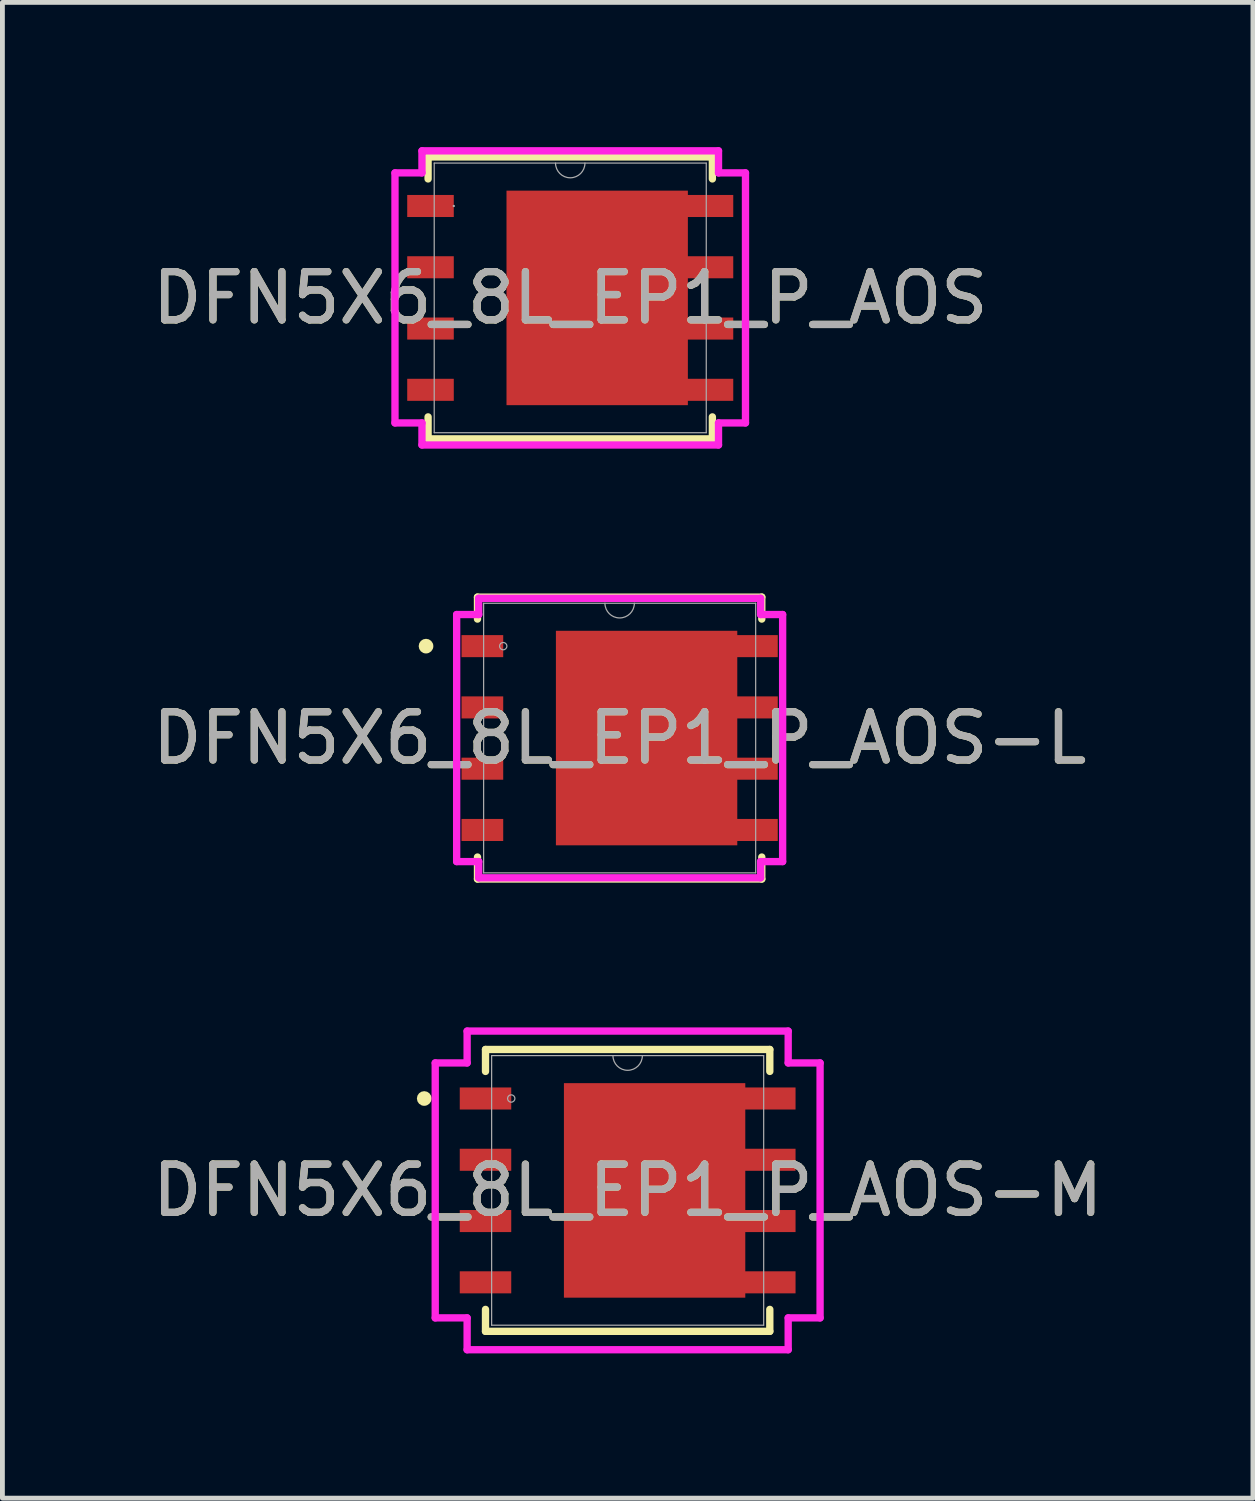
<source format=kicad_pcb>
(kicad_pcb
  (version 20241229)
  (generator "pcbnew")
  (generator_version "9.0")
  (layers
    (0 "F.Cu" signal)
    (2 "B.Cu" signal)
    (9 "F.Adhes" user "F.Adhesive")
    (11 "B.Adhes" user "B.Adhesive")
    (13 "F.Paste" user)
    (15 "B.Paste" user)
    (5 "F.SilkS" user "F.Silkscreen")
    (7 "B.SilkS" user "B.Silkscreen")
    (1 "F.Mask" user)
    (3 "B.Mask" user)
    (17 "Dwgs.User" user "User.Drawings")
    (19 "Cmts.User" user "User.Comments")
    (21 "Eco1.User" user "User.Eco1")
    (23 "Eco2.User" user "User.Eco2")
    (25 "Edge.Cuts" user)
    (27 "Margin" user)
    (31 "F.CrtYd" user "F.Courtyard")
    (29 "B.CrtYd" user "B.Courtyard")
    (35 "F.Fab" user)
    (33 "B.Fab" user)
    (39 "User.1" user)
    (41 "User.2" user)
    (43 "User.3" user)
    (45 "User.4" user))
  (footprint "DFN5X6_8L_EP1_P_AOS-L"
    (layer "F.Cu")
    (at 9.792 12.246)
    (property "Reference" "DFN5X6_8L_EP1_P_AOS-L" (at 0 0 0) (unlocked yes) (layer "F.SilkS") (effects (font (size 1 1) (thickness 0.15))))
    (attr smd)
    (fp_poly (pts (xy 2.438 -2.223) (xy -1.321 -2.223) (xy -1.321 2.223) (xy 2.438 2.223)) (stroke (width 0) (type solid)) (fill yes) (layer "F.Cu"))
    (fp_poly (pts (xy 2.438 -2.223) (xy -1.321 -2.223) (xy -1.321 2.223) (xy 2.438 2.223)) (stroke (width 0) (type solid)) (fill yes) (layer "F.Mask"))
    (fp_line (start -2.946 -2.921) (end -2.946 -2.466) (stroke (width 0.152) (type solid)) (layer "F.SilkS"))
    (fp_line (start -2.946 2.466) (end -2.946 2.921) (stroke (width 0.152) (type solid)) (layer "F.SilkS"))
    (fp_line (start -2.946 2.921) (end 2.946 2.921) (stroke (width 0.152) (type solid)) (layer "F.SilkS"))
    (fp_line (start 2.946 -2.921) (end -2.946 -2.921) (stroke (width 0.152) (type solid)) (layer "F.SilkS"))
    (fp_line (start 2.946 -2.466) (end 2.946 -2.921) (stroke (width 0.152) (type solid)) (layer "F.SilkS"))
    (fp_line (start 2.946 2.921) (end 2.946 2.466) (stroke (width 0.152) (type solid)) (layer "F.SilkS"))
    (fp_circle (center -4.013 -1.905) (end -3.937 -1.905) (stroke (width 0.152) (type solid)) (fill no) (layer "F.SilkS"))
    (fp_poly (pts (xy 2.438 -2.223) (xy -1.321 -2.223) (xy -1.321 2.223) (xy 2.438 2.223)) (stroke (width 0) (type solid)) (fill yes) (layer "F.Paste"))
    (fp_line (start -3.378 -2.56) (end -2.921 -2.56) (stroke (width 0.152) (type solid)) (layer "F.CrtYd"))
    (fp_line (start -3.378 2.56) (end -3.378 -2.56) (stroke (width 0.152) (type solid)) (layer "F.CrtYd"))
    (fp_line (start -3.378 2.56) (end -2.921 2.56) (stroke (width 0.152) (type solid)) (layer "F.CrtYd"))
    (fp_line (start -2.921 -2.896) (end 2.921 -2.896) (stroke (width 0.152) (type solid)) (layer "F.CrtYd"))
    (fp_line (start -2.921 -2.56) (end -2.921 -2.896) (stroke (width 0.152) (type solid)) (layer "F.CrtYd"))
    (fp_line (start -2.921 2.896) (end -2.921 2.56) (stroke (width 0.152) (type solid)) (layer "F.CrtYd"))
    (fp_line (start 2.921 -2.896) (end 2.921 -2.56) (stroke (width 0.152) (type solid)) (layer "F.CrtYd"))
    (fp_line (start 2.921 2.56) (end 2.921 2.896) (stroke (width 0.152) (type solid)) (layer "F.CrtYd"))
    (fp_line (start 2.921 2.896) (end -2.921 2.896) (stroke (width 0.152) (type solid)) (layer "F.CrtYd"))
    (fp_line (start 3.378 -2.56) (end 2.921 -2.56) (stroke (width 0.152) (type solid)) (layer "F.CrtYd"))
    (fp_line (start 3.378 -2.56) (end 3.378 2.56) (stroke (width 0.152) (type solid)) (layer "F.CrtYd"))
    (fp_line (start 3.378 2.56) (end 2.921 2.56) (stroke (width 0.152) (type solid)) (layer "F.CrtYd"))
    (fp_line (start -2.819 -2.794) (end -2.819 2.794) (stroke (width 0.025) (type solid)) (layer "F.Fab"))
    (fp_line (start -2.819 2.794) (end 2.819 2.794) (stroke (width 0.025) (type solid)) (layer "F.Fab"))
    (fp_line (start 2.819 -2.794) (end -2.819 -2.794) (stroke (width 0.025) (type solid)) (layer "F.Fab"))
    (fp_line (start 2.819 2.794) (end 2.819 -2.794) (stroke (width 0.025) (type solid)) (layer "F.Fab"))
    (fp_arc (start 0.3048 -2.794) (mid 0 -2.4892) (end -0.3048 -2.794) (stroke (width 0.0254) (type solid)) (layer "F.Fab"))
    (fp_circle (center -2.413 -1.905) (end -2.337 -1.905) (stroke (width 0.025) (type solid)) (fill no) (layer "F.Fab"))
    (fp_text user "${REFERENCE}" (at 0 0 0) (unlocked yes) (layer "F.Fab") (effects (font (size 1 1) (thickness 0.15))))
    (pad "1" smd rect (at -2.845 -1.905) (size 0.864 0.457) (layers "F.Cu" "F.Mask" "F.Paste"))
    (pad "2" smd rect (at -2.845 -0.635) (size 0.864 0.457) (layers "F.Cu" "F.Mask" "F.Paste"))
    (pad "3" smd rect (at -2.845 0.635) (size 0.864 0.457) (layers "F.Cu" "F.Mask" "F.Paste"))
    (pad "4" smd rect (at -2.845 1.905) (size 0.864 0.457) (layers "F.Cu" "F.Mask" "F.Paste"))
    (pad "5" smd rect (at 2.845 1.905) (size 0.864 0.457) (layers "F.Cu" "F.Mask" "F.Paste"))
    (pad "6" smd rect (at 2.845 0.635) (size 0.864 0.457) (layers "F.Cu" "F.Mask" "F.Paste"))
    (pad "7" smd rect (at 2.845 -0.635) (size 0.864 0.457) (layers "F.Cu" "F.Mask" "F.Paste"))
    (pad "8" smd rect (at 2.845 -1.905) (size 0.864 0.457) (layers "F.Cu" "F.Mask" "F.Paste")))
  (footprint "DFN5X6_8L_EP1_P_AOS"
    (layer "F.Cu")
    (at 8.768 3.124)
    (property "Reference" "DFN5X6_8L_EP1_P_AOS" (at 0 0 0) (unlocked yes) (layer "F.SilkS") (effects (font (size 1 1) (thickness 0.15))))
    (attr smd)
    (fp_poly (pts (xy 2.438 -2.223) (xy -1.321 -2.223) (xy -1.321 2.223) (xy 2.438 2.223)) (stroke (width 0) (type solid)) (fill yes) (layer "F.Cu"))
    (fp_poly (pts (xy 2.438 -2.223) (xy -1.321 -2.223) (xy -1.321 2.223) (xy 2.438 2.223)) (stroke (width 0) (type solid)) (fill yes) (layer "F.Mask"))
    (fp_line (start -2.946 -2.921) (end -2.946 -2.466) (stroke (width 0.152) (type solid)) (layer "F.SilkS"))
    (fp_line (start -2.946 2.466) (end -2.946 2.921) (stroke (width 0.152) (type solid)) (layer "F.SilkS"))
    (fp_line (start -2.946 2.921) (end 2.946 2.921) (stroke (width 0.152) (type solid)) (layer "F.SilkS"))
    (fp_line (start 2.946 -2.921) (end -2.946 -2.921) (stroke (width 0.152) (type solid)) (layer "F.SilkS"))
    (fp_line (start 2.946 -2.466) (end 2.946 -2.921) (stroke (width 0.152) (type solid)) (layer "F.SilkS"))
    (fp_line (start 2.946 2.921) (end 2.946 2.466) (stroke (width 0.152) (type solid)) (layer "F.SilkS"))
    (fp_poly (pts (xy 2.438 -2.223) (xy -1.321 -2.223) (xy -1.321 2.223) (xy 2.438 2.223)) (stroke (width 0) (type solid)) (fill yes) (layer "F.Paste"))
    (fp_line (start -3.632 -2.591) (end -3.073 -2.591) (stroke (width 0.152) (type solid)) (layer "F.CrtYd"))
    (fp_line (start -3.632 2.591) (end -3.632 -2.591) (stroke (width 0.152) (type solid)) (layer "F.CrtYd"))
    (fp_line (start -3.632 2.591) (end -3.073 2.591) (stroke (width 0.152) (type solid)) (layer "F.CrtYd"))
    (fp_line (start -3.073 -3.048) (end 3.073 -3.048) (stroke (width 0.152) (type solid)) (layer "F.CrtYd"))
    (fp_line (start -3.073 -2.591) (end -3.073 -3.048) (stroke (width 0.152) (type solid)) (layer "F.CrtYd"))
    (fp_line (start -3.073 3.048) (end -3.073 2.591) (stroke (width 0.152) (type solid)) (layer "F.CrtYd"))
    (fp_line (start 3.073 -3.048) (end 3.073 -2.591) (stroke (width 0.152) (type solid)) (layer "F.CrtYd"))
    (fp_line (start 3.073 2.591) (end 3.073 3.048) (stroke (width 0.152) (type solid)) (layer "F.CrtYd"))
    (fp_line (start 3.073 3.048) (end -3.073 3.048) (stroke (width 0.152) (type solid)) (layer "F.CrtYd"))
    (fp_line (start 3.632 -2.591) (end 3.073 -2.591) (stroke (width 0.152) (type solid)) (layer "F.CrtYd"))
    (fp_line (start 3.632 -2.591) (end 3.632 2.591) (stroke (width 0.152) (type solid)) (layer "F.CrtYd"))
    (fp_line (start 3.632 2.591) (end 3.073 2.591) (stroke (width 0.152) (type solid)) (layer "F.CrtYd"))
    (fp_line (start -2.819 -2.794) (end -2.819 2.794) (stroke (width 0.025) (type solid)) (layer "F.Fab"))
    (fp_line (start -2.819 2.794) (end 2.819 2.794) (stroke (width 0.025) (type solid)) (layer "F.Fab"))
    (fp_line (start 2.819 -2.794) (end -2.819 -2.794) (stroke (width 0.025) (type solid)) (layer "F.Fab"))
    (fp_line (start 2.819 2.794) (end 2.819 -2.794) (stroke (width 0.025) (type solid)) (layer "F.Fab"))
    (fp_arc (start 0.3048 -2.794) (mid 0 -2.4892) (end -0.3048 -2.794) (stroke (width 0.0254) (type solid)) (layer "F.Fab"))
    (fp_circle (center -2.413 -1.905) (end -2.413 -1.905) (stroke (width 0.025) (type solid)) (fill no) (layer "F.Fab"))
    (fp_text user "${REFERENCE}" (at 0 0 0) (unlocked yes) (layer "F.Fab") (effects (font (size 1 1) (thickness 0.15))))
    (pad "1" smd rect (at -2.896 -1.905) (size 0.965 0.457) (layers "F.Cu" "F.Mask" "F.Paste"))
    (pad "2" smd rect (at -2.896 -0.635) (size 0.965 0.457) (layers "F.Cu" "F.Mask" "F.Paste"))
    (pad "3" smd rect (at -2.896 0.635) (size 0.965 0.457) (layers "F.Cu" "F.Mask" "F.Paste"))
    (pad "4" smd rect (at -2.896 1.905) (size 0.965 0.457) (layers "F.Cu" "F.Mask" "F.Paste"))
    (pad "5" smd rect (at 2.896 1.905) (size 0.965 0.457) (layers "F.Cu" "F.Mask" "F.Paste"))
    (pad "6" smd rect (at 2.896 0.635) (size 0.965 0.457) (layers "F.Cu" "F.Mask" "F.Paste"))
    (pad "7" smd rect (at 2.896 -0.635) (size 0.965 0.457) (layers "F.Cu" "F.Mask" "F.Paste"))
    (pad "8" smd rect (at 2.896 -1.905) (size 0.965 0.457) (layers "F.Cu" "F.Mask" "F.Paste")))
  (footprint "DFN5X6_8L_EP1_P_AOS-M"
    (layer "F.Cu")
    (at 9.958 21.621)
    (property "Reference" "DFN5X6_8L_EP1_P_AOS-M" (at 0 0 0) (unlocked yes) (layer "F.SilkS") (effects (font (size 1 1) (thickness 0.15))))
    (attr smd)
    (fp_poly (pts (xy 2.438 -2.223) (xy -1.321 -2.223) (xy -1.321 2.223) (xy 2.438 2.223)) (stroke (width 0) (type solid)) (fill yes) (layer "F.Cu"))
    (fp_poly (pts (xy 2.438 -2.223) (xy -1.321 -2.223) (xy -1.321 2.223) (xy 2.438 2.223)) (stroke (width 0) (type solid)) (fill yes) (layer "F.Mask"))
    (fp_line (start -2.946 -2.921) (end -2.946 -2.466) (stroke (width 0.152) (type solid)) (layer "F.SilkS"))
    (fp_line (start -2.946 2.466) (end -2.946 2.921) (stroke (width 0.152) (type solid)) (layer "F.SilkS"))
    (fp_line (start -2.946 2.921) (end 2.946 2.921) (stroke (width 0.152) (type solid)) (layer "F.SilkS"))
    (fp_line (start 2.946 -2.921) (end -2.946 -2.921) (stroke (width 0.152) (type solid)) (layer "F.SilkS"))
    (fp_line (start 2.946 -2.466) (end 2.946 -2.921) (stroke (width 0.152) (type solid)) (layer "F.SilkS"))
    (fp_line (start 2.946 2.921) (end 2.946 2.466) (stroke (width 0.152) (type solid)) (layer "F.SilkS"))
    (fp_circle (center -4.216 -1.905) (end -4.14 -1.905) (stroke (width 0.152) (type solid)) (fill no) (layer "F.SilkS"))
    (fp_poly (pts (xy 2.438 -2.223) (xy -1.321 -2.223) (xy -1.321 2.223) (xy 2.438 2.223)) (stroke (width 0) (type solid)) (fill yes) (layer "F.Paste"))
    (fp_line (start -3.988 -2.642) (end -3.327 -2.642) (stroke (width 0.152) (type solid)) (layer "F.CrtYd"))
    (fp_line (start -3.988 2.642) (end -3.988 -2.642) (stroke (width 0.152) (type solid)) (layer "F.CrtYd"))
    (fp_line (start -3.988 2.642) (end -3.327 2.642) (stroke (width 0.152) (type solid)) (layer "F.CrtYd"))
    (fp_line (start -3.327 -3.302) (end 3.327 -3.302) (stroke (width 0.152) (type solid)) (layer "F.CrtYd"))
    (fp_line (start -3.327 -2.642) (end -3.327 -3.302) (stroke (width 0.152) (type solid)) (layer "F.CrtYd"))
    (fp_line (start -3.327 3.302) (end -3.327 2.642) (stroke (width 0.152) (type solid)) (layer "F.CrtYd"))
    (fp_line (start 3.327 -3.302) (end 3.327 -2.642) (stroke (width 0.152) (type solid)) (layer "F.CrtYd"))
    (fp_line (start 3.327 2.642) (end 3.327 3.302) (stroke (width 0.152) (type solid)) (layer "F.CrtYd"))
    (fp_line (start 3.327 3.302) (end -3.327 3.302) (stroke (width 0.152) (type solid)) (layer "F.CrtYd"))
    (fp_line (start 3.988 -2.642) (end 3.327 -2.642) (stroke (width 0.152) (type solid)) (layer "F.CrtYd"))
    (fp_line (start 3.988 -2.642) (end 3.988 2.642) (stroke (width 0.152) (type solid)) (layer "F.CrtYd"))
    (fp_line (start 3.988 2.642) (end 3.327 2.642) (stroke (width 0.152) (type solid)) (layer "F.CrtYd"))
    (fp_line (start -2.819 -2.794) (end -2.819 2.794) (stroke (width 0.025) (type solid)) (layer "F.Fab"))
    (fp_line (start -2.819 2.794) (end 2.819 2.794) (stroke (width 0.025) (type solid)) (layer "F.Fab"))
    (fp_line (start 2.819 -2.794) (end -2.819 -2.794) (stroke (width 0.025) (type solid)) (layer "F.Fab"))
    (fp_line (start 2.819 2.794) (end 2.819 -2.794) (stroke (width 0.025) (type solid)) (layer "F.Fab"))
    (fp_arc (start 0.3048 -2.794) (mid 0 -2.4892) (end -0.3048 -2.794) (stroke (width 0.0254) (type solid)) (layer "F.Fab"))
    (fp_circle (center -2.413 -1.905) (end -2.337 -1.905) (stroke (width 0.025) (type solid)) (fill no) (layer "F.Fab"))
    (fp_text user "${REFERENCE}" (at 0 0 0) (unlocked yes) (layer "F.Fab") (effects (font (size 1 1) (thickness 0.15))))
    (pad "1" smd rect (at -2.946 -1.905) (size 1.067 0.457) (layers "F.Cu" "F.Mask" "F.Paste"))
    (pad "2" smd rect (at -2.946 -0.635) (size 1.067 0.457) (layers "F.Cu" "F.Mask" "F.Paste"))
    (pad "3" smd rect (at -2.946 0.635) (size 1.067 0.457) (layers "F.Cu" "F.Mask" "F.Paste"))
    (pad "4" smd rect (at -2.946 1.905) (size 1.067 0.457) (layers "F.Cu" "F.Mask" "F.Paste"))
    (pad "5" smd rect (at 2.946 1.905) (size 1.067 0.457) (layers "F.Cu" "F.Mask" "F.Paste"))
    (pad "6" smd rect (at 2.946 0.635) (size 1.067 0.457) (layers "F.Cu" "F.Mask" "F.Paste"))
    (pad "7" smd rect (at 2.946 -0.635) (size 1.067 0.457) (layers "F.Cu" "F.Mask" "F.Paste"))
    (pad "8" smd rect (at 2.946 -1.905) (size 1.067 0.457) (layers "F.Cu" "F.Mask" "F.Paste")))
  (gr_rect
    (start -3 -3)
    (end 22.917 27.999)
    (stroke (width 0.1) (type default))
    (fill no)
    (layer "Edge.Cuts")))
</source>
